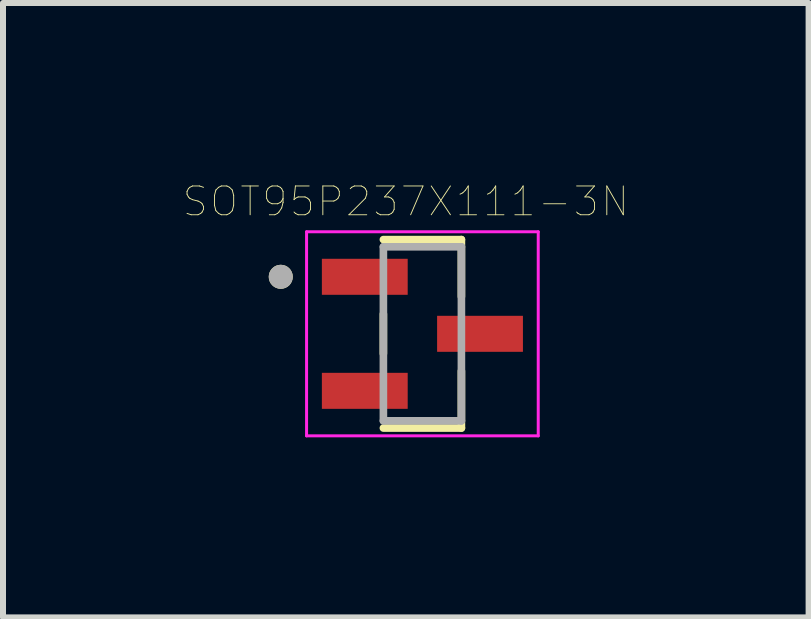
<source format=kicad_pcb>
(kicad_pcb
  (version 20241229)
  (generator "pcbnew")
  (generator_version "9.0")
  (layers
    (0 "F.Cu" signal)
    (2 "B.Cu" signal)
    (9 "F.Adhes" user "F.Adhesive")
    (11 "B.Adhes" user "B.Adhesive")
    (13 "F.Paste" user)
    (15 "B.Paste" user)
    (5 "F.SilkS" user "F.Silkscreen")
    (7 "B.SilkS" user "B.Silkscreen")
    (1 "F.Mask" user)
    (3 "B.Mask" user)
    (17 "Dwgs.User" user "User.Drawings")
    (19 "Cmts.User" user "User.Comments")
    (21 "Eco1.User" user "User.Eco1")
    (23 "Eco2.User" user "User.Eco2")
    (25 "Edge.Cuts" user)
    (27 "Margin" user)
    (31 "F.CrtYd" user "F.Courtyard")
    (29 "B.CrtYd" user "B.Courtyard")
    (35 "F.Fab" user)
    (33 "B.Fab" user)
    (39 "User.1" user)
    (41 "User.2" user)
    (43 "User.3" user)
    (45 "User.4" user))
  (footprint "SOT95P237X111-3N"
    (layer "F.Cu")
    (at 3.988 2.512)
    (property "Reference" "SOT95P237X111-3N" (at -0.276 -2.205 0) (layer "F.SilkS") (effects (font (size 0.48 0.48) (thickness 0.015))))
    (attr through_hole)
    (fp_line (start -0.65 -1.57) (end 0.65 -1.57) (stroke (width 0.127) (type solid)) (layer "F.SilkS"))
    (fp_line (start -0.65 -0.33) (end -0.65 0.33) (stroke (width 0.127) (type solid)) (layer "F.SilkS"))
    (fp_line (start 0.65 -1.57) (end 0.65 -0.62) (stroke (width 0.127) (type solid)) (layer "F.SilkS"))
    (fp_line (start 0.65 1.57) (end -0.65 1.57) (stroke (width 0.127) (type solid)) (layer "F.SilkS"))
    (fp_line (start 0.65 1.57) (end 0.65 0.62) (stroke (width 0.127) (type solid)) (layer "F.SilkS"))
    (fp_circle (center -2.36 -0.95) (end -2.26 -0.95) (stroke (width 0.2) (type solid)) (fill no) (layer "F.SilkS"))
    (fp_line (start -1.93 -1.7) (end 1.93 -1.7) (stroke (width 0.05) (type solid)) (layer "F.CrtYd"))
    (fp_line (start -1.93 1.7) (end -1.93 -1.7) (stroke (width 0.05) (type solid)) (layer "F.CrtYd"))
    (fp_line (start 1.93 -1.7) (end 1.93 1.7) (stroke (width 0.05) (type solid)) (layer "F.CrtYd"))
    (fp_line (start 1.93 1.7) (end -1.93 1.7) (stroke (width 0.05) (type solid)) (layer "F.CrtYd"))
    (fp_line (start -0.65 -1.45) (end 0.65 -1.45) (stroke (width 0.127) (type solid)) (layer "F.Fab"))
    (fp_line (start -0.65 1.45) (end -0.65 -1.45) (stroke (width 0.127) (type solid)) (layer "F.Fab"))
    (fp_line (start 0.65 -1.45) (end 0.65 1.45) (stroke (width 0.127) (type solid)) (layer "F.Fab"))
    (fp_line (start 0.65 1.45) (end -0.65 1.45) (stroke (width 0.127) (type solid)) (layer "F.Fab"))
    (fp_circle (center -2.36 -0.95) (end -2.26 -0.95) (stroke (width 0.2) (type solid)) (fill no) (layer "F.Fab"))
    (pad "1" smd rect (at -0.96 -0.95) (size 1.43 0.6) (layers "F.Cu" "F.Mask" "F.Paste"))
    (pad "2" smd rect (at -0.96 0.95) (size 1.43 0.6) (layers "F.Cu" "F.Mask" "F.Paste"))
    (pad "3" smd rect (at 0.96 0) (size 1.43 0.6) (layers "F.Cu" "F.Mask" "F.Paste")))
  (gr_rect
    (start -3 -3)
    (end 10.423 7.237)
    (stroke (width 0.1) (type default))
    (fill no)
    (layer "Edge.Cuts")))
</source>
